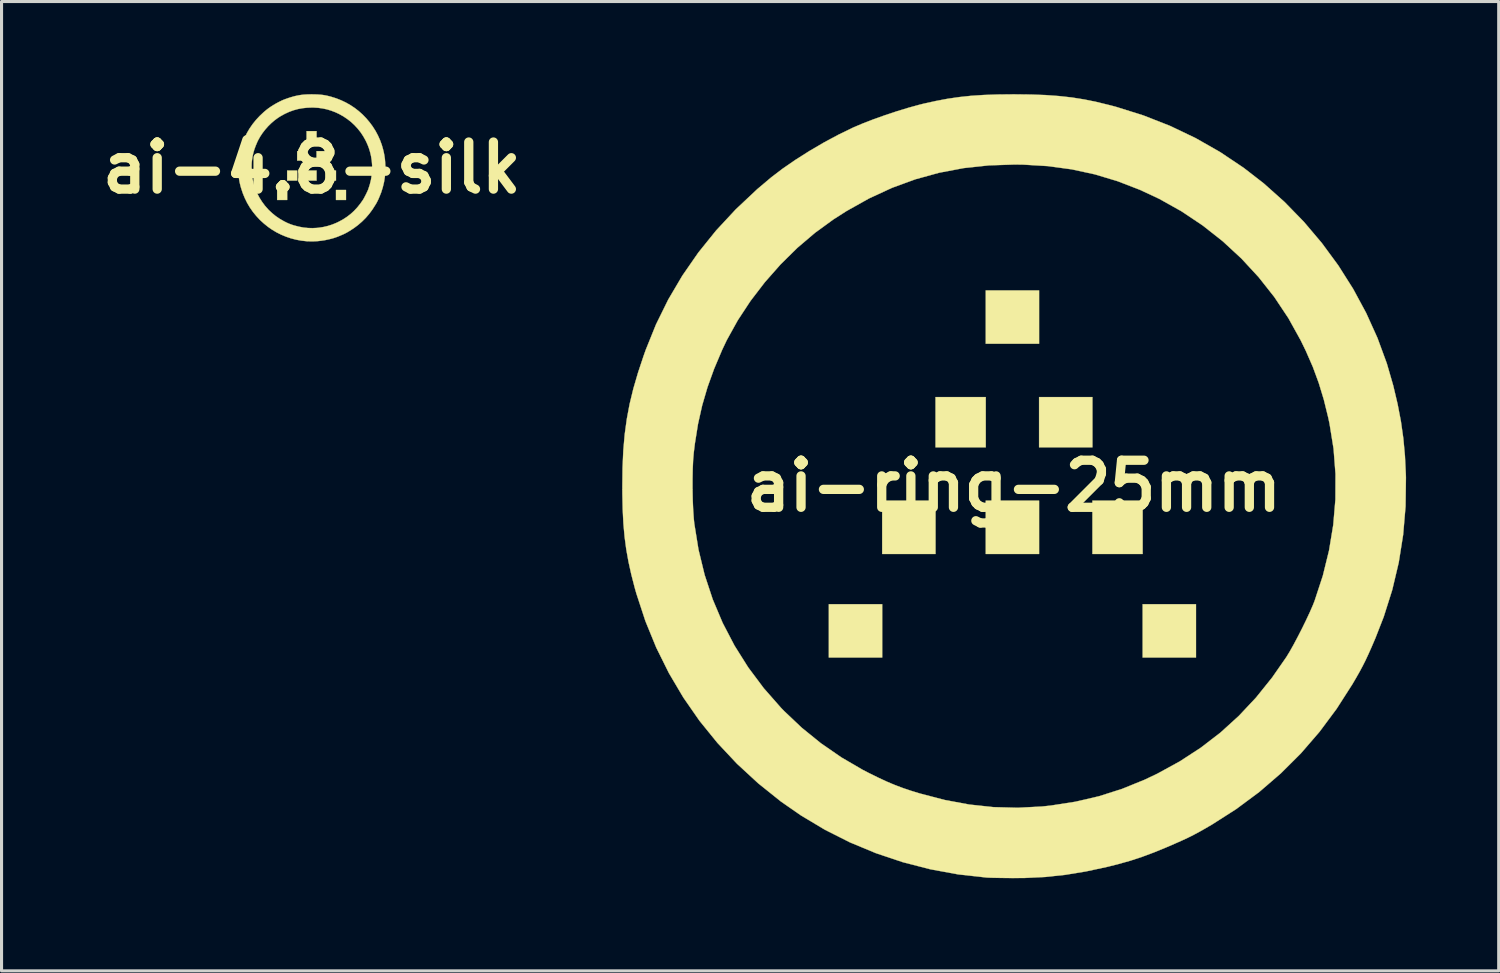
<source format=kicad_pcb>
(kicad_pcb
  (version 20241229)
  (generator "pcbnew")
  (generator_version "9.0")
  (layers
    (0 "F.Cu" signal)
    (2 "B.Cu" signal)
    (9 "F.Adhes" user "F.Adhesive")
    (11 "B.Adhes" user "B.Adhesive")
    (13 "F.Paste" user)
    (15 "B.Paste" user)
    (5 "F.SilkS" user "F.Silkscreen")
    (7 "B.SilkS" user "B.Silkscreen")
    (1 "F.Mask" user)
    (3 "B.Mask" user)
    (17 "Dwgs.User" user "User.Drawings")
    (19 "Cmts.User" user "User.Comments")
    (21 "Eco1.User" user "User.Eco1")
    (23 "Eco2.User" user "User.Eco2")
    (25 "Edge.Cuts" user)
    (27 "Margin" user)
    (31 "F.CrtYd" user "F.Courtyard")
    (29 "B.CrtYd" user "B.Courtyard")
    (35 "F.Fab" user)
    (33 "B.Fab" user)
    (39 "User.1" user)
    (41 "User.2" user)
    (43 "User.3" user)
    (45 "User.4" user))
  (footprint "ai-4.8-silk"
    (layer "F.Cu")
    (at 7.047 2.383)
    (property "Reference" "ai-4.8-silk" (at 0 0 0) (layer "F.SilkS") (effects (font (size 1.524 1.524) (thickness 0.3))))
    (attr through_hole)
    (fp_poly (pts (xy -0.8 1.041) (xy -1.124 1.041) (xy -1.124 0.718) (xy -0.8 0.718) (xy -0.8 1.041)) (stroke (width 0.01) (type solid)) (fill yes) (layer "F.SilkS"))
    (fp_poly (pts (xy -0.476 0.413) (xy -0.8 0.413) (xy -0.8 0.089) (xy -0.476 0.089) (xy -0.476 0.413)) (stroke (width 0.01) (type solid)) (fill yes) (layer "F.SilkS"))
    (fp_poly (pts (xy -0.171 -0.235) (xy -0.476 -0.235) (xy -0.476 -0.54) (xy -0.171 -0.54) (xy -0.171 -0.235)) (stroke (width 0.01) (type solid)) (fill yes) (layer "F.SilkS"))
    (fp_poly (pts (xy 0.152 -0.864) (xy -0.171 -0.864) (xy -0.171 -1.187) (xy 0.152 -1.187) (xy 0.152 -0.864)) (stroke (width 0.01) (type solid)) (fill yes) (layer "F.SilkS"))
    (fp_poly (pts (xy 0.152 0.413) (xy -0.171 0.413) (xy -0.171 0.089) (xy 0.152 0.089) (xy 0.152 0.413)) (stroke (width 0.01) (type solid)) (fill yes) (layer "F.SilkS"))
    (fp_poly (pts (xy 0.476 -0.235) (xy 0.152 -0.235) (xy 0.152 -0.54) (xy 0.476 -0.54) (xy 0.476 -0.235)) (stroke (width 0.01) (type solid)) (fill yes) (layer "F.SilkS"))
    (fp_poly (pts (xy 0.781 0.413) (xy 0.476 0.413) (xy 0.476 0.089) (xy 0.781 0.089) (xy 0.781 0.413)) (stroke (width 0.01) (type solid)) (fill yes) (layer "F.SilkS"))
    (fp_poly (pts (xy 1.105 1.041) (xy 0.781 1.041) (xy 0.781 0.718) (xy 1.105 0.718) (xy 1.105 1.041)) (stroke (width 0.01) (type solid)) (fill yes) (layer "F.SilkS"))
    (fp_poly (pts (xy 0.003 -2.378) (xy 0.102 -2.376) (xy 0.192 -2.373) (xy 0.274 -2.367) (xy 0.351 -2.359) (xy 0.427 -2.347) (xy 0.503 -2.331) (xy 0.582 -2.312) (xy 0.618 -2.302) (xy 0.785 -2.25) (xy 0.947 -2.186) (xy 1.103 -2.112) (xy 1.252 -2.027) (xy 1.394 -1.932) (xy 1.516 -1.837) (xy 1.642 -1.725) (xy 1.76 -1.603) (xy 1.869 -1.474) (xy 1.969 -1.339) (xy 2.059 -1.197) (xy 2.138 -1.05) (xy 2.206 -0.899) (xy 2.263 -0.744) (xy 2.302 -0.61) (xy 2.329 -0.498) (xy 2.349 -0.392) (xy 2.364 -0.289) (xy 2.373 -0.183) (xy 2.379 -0.071) (xy 2.379 -0.051) (xy 2.377 0.124) (xy 2.363 0.296) (xy 2.336 0.465) (xy 2.296 0.631) (xy 2.245 0.794) (xy 2.193 0.925) (xy 2.171 0.977) (xy 2.152 1.021) (xy 2.134 1.058) (xy 2.117 1.092) (xy 2.099 1.127) (xy 2.078 1.164) (xy 2.054 1.203) (xy 1.959 1.352) (xy 1.855 1.492) (xy 1.742 1.623) (xy 1.62 1.744) (xy 1.489 1.857) (xy 1.349 1.961) (xy 1.203 2.054) (xy 1.161 2.079) (xy 1.124 2.1) (xy 1.09 2.118) (xy 1.056 2.135) (xy 1.018 2.153) (xy 0.974 2.172) (xy 0.925 2.193) (xy 0.848 2.225) (xy 0.777 2.251) (xy 0.708 2.274) (xy 0.634 2.295) (xy 0.568 2.311) (xy 0.437 2.34) (xy 0.311 2.36) (xy 0.188 2.374) (xy 0.063 2.38) (xy -0.01 2.38) (xy -0.051 2.38) (xy -0.089 2.379) (xy -0.123 2.378) (xy -0.148 2.378) (xy -0.164 2.377) (xy -0.165 2.377) (xy -0.338 2.358) (xy -0.508 2.327) (xy -0.675 2.284) (xy -0.838 2.229) (xy -0.996 2.163) (xy -1.148 2.087) (xy -1.294 1.999) (xy -1.415 1.915) (xy -1.553 1.804) (xy -1.682 1.686) (xy -1.8 1.559) (xy -1.909 1.425) (xy -2.007 1.284) (xy -2.095 1.136) (xy -2.171 0.981) (xy -2.237 0.82) (xy -2.292 0.653) (xy -2.302 0.618) (xy -2.323 0.537) (xy -2.34 0.46) (xy -2.354 0.384) (xy -2.364 0.308) (xy -2.371 0.228) (xy -2.375 0.143) (xy -2.377 0.048) (xy -2.378 0.003) (xy -2.377 -0.041) (xy -1.951 -0.041) (xy -1.951 0.023) (xy -1.95 0.087) (xy -1.947 0.147) (xy -1.944 0.2) (xy -1.941 0.229) (xy -1.915 0.386) (xy -1.878 0.54) (xy -1.829 0.688) (xy -1.768 0.831) (xy -1.696 0.969) (xy -1.613 1.101) (xy -1.519 1.228) (xy -1.414 1.347) (xy -1.396 1.366) (xy -1.288 1.467) (xy -1.172 1.562) (xy -1.048 1.647) (xy -0.92 1.722) (xy -0.883 1.741) (xy -0.824 1.771) (xy -0.772 1.795) (xy -0.723 1.815) (xy -0.675 1.833) (xy -0.624 1.851) (xy -0.572 1.867) (xy -0.42 1.906) (xy -0.272 1.934) (xy -0.125 1.949) (xy 0.022 1.953) (xy 0.169 1.946) (xy 0.222 1.94) (xy 0.372 1.917) (xy 0.516 1.883) (xy 0.655 1.839) (xy 0.793 1.783) (xy 0.87 1.746) (xy 1.007 1.672) (xy 1.134 1.589) (xy 1.254 1.497) (xy 1.365 1.396) (xy 1.469 1.285) (xy 1.567 1.163) (xy 1.654 1.039) (xy 1.674 1.006) (xy 1.697 0.964) (xy 1.722 0.916) (xy 1.748 0.866) (xy 1.773 0.815) (xy 1.795 0.768) (xy 1.814 0.726) (xy 1.825 0.699) (xy 1.875 0.545) (xy 1.913 0.391) (xy 1.938 0.236) (xy 1.951 0.082) (xy 1.952 -0.073) (xy 1.94 -0.227) (xy 1.916 -0.379) (xy 1.908 -0.416) (xy 1.881 -0.525) (xy 1.85 -0.626) (xy 1.814 -0.723) (xy 1.771 -0.821) (xy 1.741 -0.883) (xy 1.666 -1.018) (xy 1.581 -1.147) (xy 1.485 -1.268) (xy 1.381 -1.381) (xy 1.268 -1.486) (xy 1.146 -1.581) (xy 1.018 -1.667) (xy 0.882 -1.743) (xy 0.767 -1.797) (xy 0.629 -1.85) (xy 0.491 -1.892) (xy 0.351 -1.922) (xy 0.207 -1.942) (xy 0.057 -1.951) (xy 0.006 -1.952) (xy -0.152 -1.946) (xy -0.305 -1.93) (xy -0.454 -1.902) (xy -0.599 -1.862) (xy -0.74 -1.81) (xy -0.879 -1.746) (xy -1.016 -1.67) (xy -1.097 -1.618) (xy -1.208 -1.537) (xy -1.315 -1.445) (xy -1.417 -1.345) (xy -1.512 -1.237) (xy -1.599 -1.124) (xy -1.677 -1.006) (xy -1.744 -0.885) (xy -1.771 -0.827) (xy -1.82 -0.711) (xy -1.861 -0.6) (xy -1.893 -0.489) (xy -1.918 -0.377) (xy -1.937 -0.258) (xy -1.944 -0.203) (xy -1.948 -0.157) (xy -1.95 -0.102) (xy -1.951 -0.041) (xy -2.377 -0.041) (xy -2.376 -0.111) (xy -2.371 -0.216) (xy -2.363 -0.314) (xy -2.35 -0.407) (xy -2.333 -0.499) (xy -2.31 -0.591) (xy -2.282 -0.687) (xy -2.248 -0.79) (xy -2.236 -0.826) (xy -2.173 -0.981) (xy -2.099 -1.132) (xy -2.013 -1.277) (xy -1.916 -1.417) (xy -1.808 -1.551) (xy -1.689 -1.679) (xy -1.559 -1.801) (xy -1.474 -1.873) (xy -1.405 -1.926) (xy -1.327 -1.98) (xy -1.243 -2.033) (xy -1.155 -2.085) (xy -1.066 -2.132) (xy -0.98 -2.174) (xy -0.975 -2.177) (xy -0.919 -2.201) (xy -0.854 -2.226) (xy -0.783 -2.251) (xy -0.711 -2.275) (xy -0.64 -2.296) (xy -0.574 -2.315) (xy -0.549 -2.321) (xy -0.474 -2.337) (xy -0.403 -2.351) (xy -0.333 -2.361) (xy -0.26 -2.369) (xy -0.184 -2.374) (xy -0.1 -2.377) (xy -0.006 -2.378) (xy 0.003 -2.378)) (stroke (width 0.01) (type solid)) (fill yes) (layer "F.SilkS")))
  (footprint "ai-ring-25mm"
    (layer "F.Cu")
    (at 29.779 12.685)
    (property "Reference" "ai-ring-25mm" (at 0 0 0) (layer "F.SilkS") (effects (font (size 1.524 1.524) (thickness 0.3))))
    (attr through_hole)
    (fp_poly (pts (xy -4.267 5.554) (xy -5.994 5.554) (xy -5.994 3.827) (xy -4.267 3.827) (xy -4.267 5.554)) (stroke (width 0.01) (type solid)) (fill yes) (layer "F.SilkS"))
    (fp_poly (pts (xy -2.54 2.201) (xy -4.267 2.201) (xy -4.267 0.474) (xy -2.54 0.474) (xy -2.54 2.201)) (stroke (width 0.01) (type solid)) (fill yes) (layer "F.SilkS"))
    (fp_poly (pts (xy -0.914 -1.253) (xy -2.54 -1.253) (xy -2.54 -2.879) (xy -0.914 -2.879) (xy -0.914 -1.253)) (stroke (width 0.01) (type solid)) (fill yes) (layer "F.SilkS"))
    (fp_poly (pts (xy 0.813 -4.606) (xy -0.914 -4.606) (xy -0.914 -6.333) (xy 0.813 -6.333) (xy 0.813 -4.606)) (stroke (width 0.01) (type solid)) (fill yes) (layer "F.SilkS"))
    (fp_poly (pts (xy 0.813 2.201) (xy -0.914 2.201) (xy -0.914 0.474) (xy 0.813 0.474) (xy 0.813 2.201)) (stroke (width 0.01) (type solid)) (fill yes) (layer "F.SilkS"))
    (fp_poly (pts (xy 2.54 -1.253) (xy 0.813 -1.253) (xy 0.813 -2.879) (xy 2.54 -2.879) (xy 2.54 -1.253)) (stroke (width 0.01) (type solid)) (fill yes) (layer "F.SilkS"))
    (fp_poly (pts (xy 4.166 2.201) (xy 2.54 2.201) (xy 2.54 0.474) (xy 4.166 0.474) (xy 4.166 2.201)) (stroke (width 0.01) (type solid)) (fill yes) (layer "F.SilkS"))
    (fp_poly (pts (xy 5.893 5.554) (xy 4.166 5.554) (xy 4.166 3.827) (xy 5.893 3.827) (xy 5.893 5.554)) (stroke (width 0.01) (type solid)) (fill yes) (layer "F.SilkS"))
    (fp_poly (pts (xy 0.017 -12.68) (xy 0.547 -12.674) (xy 1.023 -12.657) (xy 1.461 -12.625) (xy 1.874 -12.579) (xy 2.276 -12.515) (xy 2.681 -12.432) (xy 3.103 -12.329) (xy 3.297 -12.278) (xy 4.186 -11.999) (xy 5.049 -11.661) (xy 5.88 -11.264) (xy 6.677 -10.81) (xy 7.437 -10.301) (xy 8.086 -9.798) (xy 8.759 -9.197) (xy 9.388 -8.551) (xy 9.969 -7.864) (xy 10.501 -7.14) (xy 10.98 -6.384) (xy 11.403 -5.6) (xy 11.768 -4.794) (xy 12.071 -3.969) (xy 12.279 -3.252) (xy 12.42 -2.655) (xy 12.528 -2.092) (xy 12.606 -1.54) (xy 12.658 -0.977) (xy 12.687 -0.379) (xy 12.69 -0.271) (xy 12.678 0.66) (xy 12.6 1.577) (xy 12.457 2.478) (xy 12.247 3.364) (xy 11.971 4.235) (xy 11.698 4.934) (xy 11.578 5.213) (xy 11.475 5.444) (xy 11.382 5.643) (xy 11.29 5.826) (xy 11.192 6.009) (xy 11.08 6.206) (xy 10.956 6.418) (xy 10.447 7.212) (xy 9.892 7.958) (xy 9.29 8.655) (xy 8.64 9.303) (xy 7.942 9.905) (xy 7.196 10.459) (xy 6.418 10.956) (xy 6.192 11.088) (xy 5.996 11.199) (xy 5.814 11.296) (xy 5.631 11.388) (xy 5.43 11.481) (xy 5.196 11.585) (xy 4.934 11.698) (xy 4.524 11.866) (xy 4.145 12.007) (xy 3.774 12.129) (xy 3.383 12.239) (xy 3.031 12.328) (xy 2.329 12.479) (xy 1.659 12.589) (xy 1.001 12.659) (xy 0.336 12.691) (xy -0.051 12.693) (xy -0.269 12.691) (xy -0.475 12.688) (xy -0.653 12.685) (xy -0.792 12.681) (xy -0.877 12.677) (xy -0.881 12.677) (xy -1.803 12.575) (xy -2.711 12.408) (xy -3.6 12.179) (xy -4.468 11.888) (xy -5.31 11.538) (xy -6.123 11.128) (xy -6.902 10.662) (xy -7.547 10.214) (xy -8.284 9.623) (xy -8.97 8.99) (xy -9.602 8.316) (xy -10.181 7.602) (xy -10.704 6.849) (xy -11.171 6.059) (xy -11.581 5.233) (xy -11.933 4.373) (xy -12.226 3.48) (xy -12.278 3.297) (xy -12.39 2.862) (xy -12.481 2.451) (xy -12.553 2.05) (xy -12.607 1.643) (xy -12.645 1.218) (xy -12.668 0.76) (xy -12.679 0.255) (xy -12.68 0.017) (xy -12.677 -0.219) (xy -10.407 -0.219) (xy -10.407 0.123) (xy -10.4 0.463) (xy -10.386 0.783) (xy -10.366 1.067) (xy -10.35 1.219) (xy -10.214 2.061) (xy -10.015 2.879) (xy -9.754 3.67) (xy -9.431 4.435) (xy -9.047 5.17) (xy -8.604 5.874) (xy -8.101 6.547) (xy -7.54 7.185) (xy -7.444 7.284) (xy -6.872 7.826) (xy -6.25 8.33) (xy -5.591 8.785) (xy -4.906 9.185) (xy -4.711 9.286) (xy -4.393 9.443) (xy -4.115 9.572) (xy -3.857 9.681) (xy -3.6 9.778) (xy -3.326 9.87) (xy -3.048 9.955) (xy -2.241 10.166) (xy -1.448 10.313) (xy -0.664 10.397) (xy 0.117 10.418) (xy 0.903 10.377) (xy 1.187 10.347) (xy 1.986 10.223) (xy 2.752 10.045) (xy 3.496 9.808) (xy 4.228 9.511) (xy 4.642 9.314) (xy 5.37 8.915) (xy 6.05 8.472) (xy 6.686 7.983) (xy 7.28 7.443) (xy 7.836 6.851) (xy 8.357 6.203) (xy 8.819 5.539) (xy 8.926 5.363) (xy 9.051 5.141) (xy 9.186 4.887) (xy 9.324 4.618) (xy 9.456 4.348) (xy 9.575 4.094) (xy 9.673 3.87) (xy 9.731 3.725) (xy 9.999 2.908) (xy 10.201 2.086) (xy 10.337 1.261) (xy 10.407 0.435) (xy 10.41 -0.389) (xy 10.347 -1.209) (xy 10.216 -2.022) (xy 10.174 -2.218) (xy 10.031 -2.8) (xy 9.867 -3.338) (xy 9.676 -3.857) (xy 9.447 -4.38) (xy 9.286 -4.711) (xy 8.887 -5.431) (xy 8.431 -6.116) (xy 7.922 -6.761) (xy 7.364 -7.365) (xy 6.76 -7.923) (xy 6.113 -8.433) (xy 5.427 -8.892) (xy 4.704 -9.297) (xy 4.089 -9.585) (xy 3.357 -9.868) (xy 2.62 -10.09) (xy 1.872 -10.252) (xy 1.102 -10.357) (xy 0.302 -10.405) (xy 0.034 -10.409) (xy -0.811 -10.381) (xy -1.629 -10.293) (xy -2.422 -10.143) (xy -3.195 -9.93) (xy -3.949 -9.654) (xy -4.69 -9.312) (xy -5.419 -8.904) (xy -5.848 -8.63) (xy -6.443 -8.197) (xy -7.016 -7.709) (xy -7.559 -7.173) (xy -8.066 -6.598) (xy -8.53 -5.993) (xy -8.943 -5.365) (xy -9.299 -4.723) (xy -9.447 -4.411) (xy -9.709 -3.793) (xy -9.923 -3.199) (xy -10.095 -2.611) (xy -10.23 -2.009) (xy -10.331 -1.376) (xy -10.367 -1.084) (xy -10.388 -0.84) (xy -10.401 -0.546) (xy -10.407 -0.219) (xy -12.677 -0.219) (xy -12.673 -0.593) (xy -12.648 -1.152) (xy -12.603 -1.672) (xy -12.535 -2.17) (xy -12.443 -2.659) (xy -12.323 -3.153) (xy -12.173 -3.666) (xy -11.991 -4.214) (xy -11.924 -4.403) (xy -11.589 -5.233) (xy -11.193 -6.037) (xy -10.736 -6.812) (xy -10.219 -7.558) (xy -9.643 -8.273) (xy -9.008 -8.956) (xy -8.316 -9.607) (xy -7.86 -9.992) (xy -7.494 -10.271) (xy -7.078 -10.558) (xy -6.627 -10.844) (xy -6.158 -11.119) (xy -5.685 -11.373) (xy -5.224 -11.597) (xy -5.199 -11.609) (xy -4.9 -11.736) (xy -4.554 -11.87) (xy -4.178 -12.004) (xy -3.792 -12.132) (xy -3.414 -12.247) (xy -3.062 -12.344) (xy -2.926 -12.378) (xy -2.529 -12.466) (xy -2.149 -12.537) (xy -1.773 -12.592) (xy -1.388 -12.633) (xy -0.979 -12.66) (xy -0.532 -12.675) (xy -0.033 -12.68) (xy 0.017 -12.68)) (stroke (width 0.01) (type solid)) (fill yes) (layer "F.SilkS")))
  (gr_rect
    (start -3 -3)
    (end 45.473 28.384)
    (stroke (width 0.1) (type default))
    (fill no)
    (layer "Edge.Cuts")))
</source>
